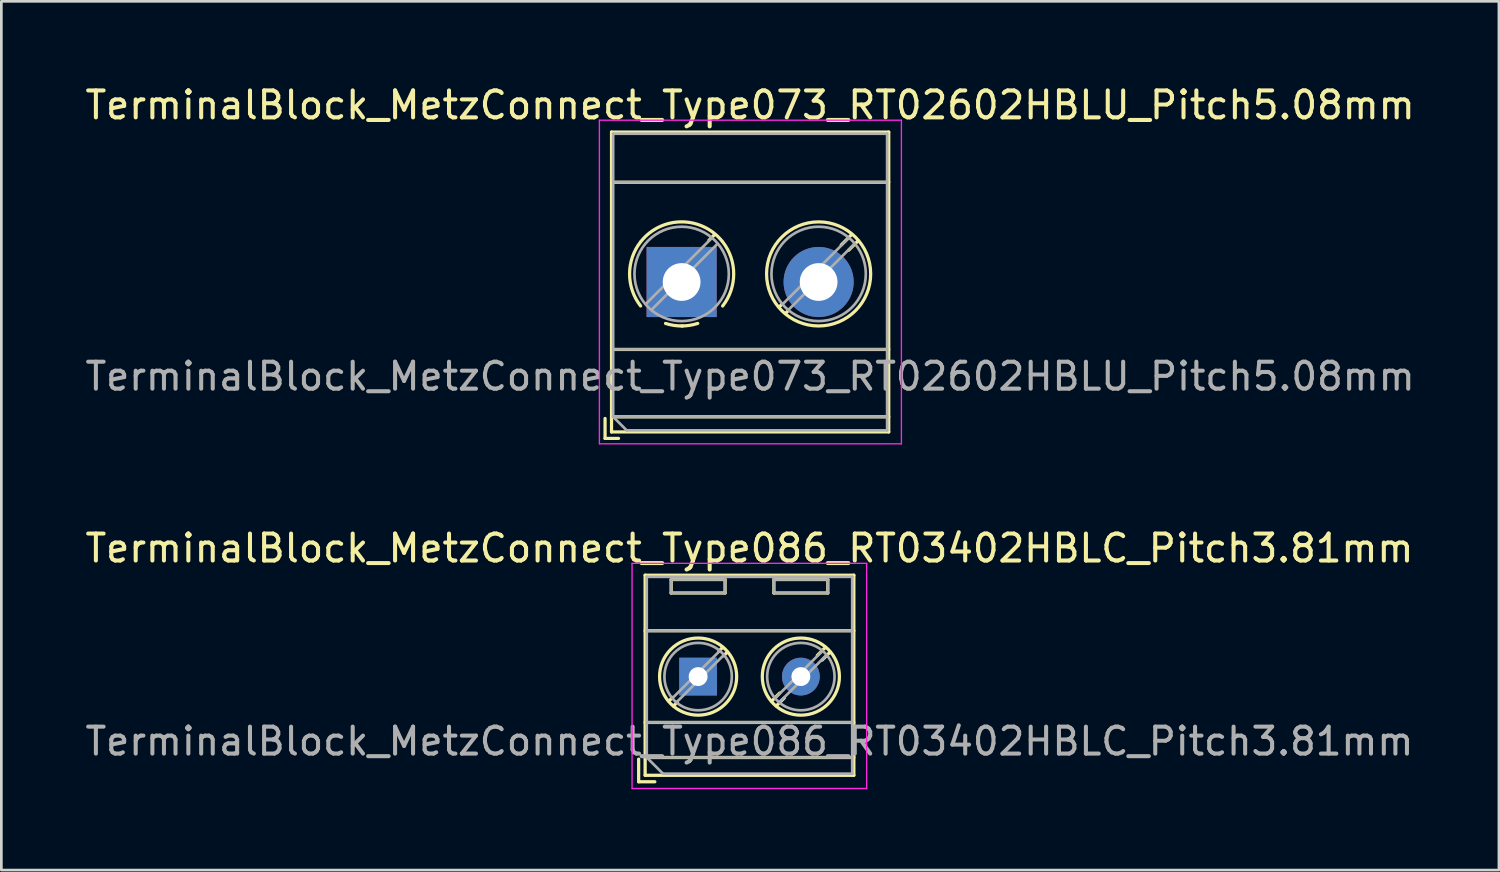
<source format=kicad_pcb>
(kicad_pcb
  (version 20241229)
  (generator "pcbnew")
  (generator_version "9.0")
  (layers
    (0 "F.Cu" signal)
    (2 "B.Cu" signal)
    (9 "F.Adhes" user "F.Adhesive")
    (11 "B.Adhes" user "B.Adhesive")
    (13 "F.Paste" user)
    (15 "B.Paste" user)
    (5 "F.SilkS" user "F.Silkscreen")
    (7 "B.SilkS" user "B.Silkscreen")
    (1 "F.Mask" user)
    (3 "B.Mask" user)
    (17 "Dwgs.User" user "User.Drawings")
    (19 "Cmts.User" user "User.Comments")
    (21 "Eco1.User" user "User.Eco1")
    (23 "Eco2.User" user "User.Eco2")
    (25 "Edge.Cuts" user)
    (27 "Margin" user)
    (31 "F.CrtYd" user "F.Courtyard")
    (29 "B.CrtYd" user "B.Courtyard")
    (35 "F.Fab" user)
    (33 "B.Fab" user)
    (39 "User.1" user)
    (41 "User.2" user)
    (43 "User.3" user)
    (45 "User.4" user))
  (footprint "TerminalBlock_MetzConnect_Type073_RT02602HBLU_Pitch5.08mm"
    (layer "F.Cu")
    (at 22.228 7.408)
    (property "Reference" "TerminalBlock_MetzConnect_Type073_RT02602HBLU_Pitch5.08mm" (at 2.54 -6.56 0) (layer "F.SilkS") (effects (font (size 1 1) (thickness 0.15))))
    (attr through_hole)
    (fp_line (start -2.84 5.06) (end -2.84 5.8) (stroke (width 0.12) (type solid)) (layer "F.SilkS"))
    (fp_line (start -2.84 5.8) (end -2.34 5.8) (stroke (width 0.12) (type solid)) (layer "F.SilkS"))
    (fp_line (start -2.6 -5.56) (end -2.6 5.56) (stroke (width 0.12) (type solid)) (layer "F.SilkS"))
    (fp_line (start -2.6 -3.7) (end 7.68 -3.7) (stroke (width 0.12) (type solid)) (layer "F.SilkS"))
    (fp_line (start -2.6 2.5) (end 7.68 2.5) (stroke (width 0.12) (type solid)) (layer "F.SilkS"))
    (fp_line (start -2.6 5) (end 7.68 5) (stroke (width 0.12) (type solid)) (layer "F.SilkS"))
    (fp_line (start -2.6 5.56) (end 7.68 5.56) (stroke (width 0.12) (type solid)) (layer "F.SilkS"))
    (fp_line (start 1.229 -1.764) (end 1.013 -1.549) (stroke (width 0.12) (type solid)) (layer "F.SilkS"))
    (fp_line (start 3.724 0.821) (end 3.617 0.928) (stroke (width 0.12) (type solid)) (layer "F.SilkS"))
    (fp_line (start 3.933 1.083) (end 3.852 1.164) (stroke (width 0.12) (type solid)) (layer "F.SilkS"))
    (fp_line (start 6.309 -1.764) (end 5.918 -1.374) (stroke (width 0.12) (type solid)) (layer "F.SilkS"))
    (fp_line (start 6.544 -1.529) (end 6.194 -1.179) (stroke (width 0.12) (type solid)) (layer "F.SilkS"))
    (fp_line (start 7.68 -5.56) (end -2.6 -5.56) (stroke (width 0.12) (type solid)) (layer "F.SilkS"))
    (fp_line (start 7.68 5.56) (end 7.68 -5.56) (stroke (width 0.12) (type solid)) (layer "F.SilkS"))
    (fp_arc (start -1.521645 0.888175) (mid -1.930586 -0.300524) (end -1.521 -1.489) (stroke (width 0.12) (type solid)) (layer "F.SilkS"))
    (fp_arc (start -1.500317 -1.514609) (mid -0.000252 -2.230344) (end 1.5 -1.515) (stroke (width 0.12) (type solid)) (layer "F.SilkS"))
    (fp_arc (start 0.033269 1.630336) (mid -0.285785 1.609354) (end -0.597 1.536) (stroke (width 0.12) (type solid)) (layer "F.SilkS"))
    (fp_arc (start 0.596403 1.535539) (mid 0.301919 1.606238) (end 0 1.63) (stroke (width 0.12) (type solid)) (layer "F.SilkS"))
    (fp_arc (start 1.521645 -1.488175) (mid 1.930586 -0.299476) (end 1.521 0.889) (stroke (width 0.12) (type solid)) (layer "F.SilkS"))
    (fp_arc (start 5.08 1.63) (mid 5.08 -2.23) (end 5.08 1.63) (stroke (width 0.12) (type solid)) (layer "F.SilkS"))
    (fp_line (start -3.05 -6) (end -3.05 6) (stroke (width 0.05) (type solid)) (layer "F.CrtYd"))
    (fp_line (start -3.05 6) (end 8.15 6) (stroke (width 0.05) (type solid)) (layer "F.CrtYd"))
    (fp_line (start 8.15 -6) (end -3.05 -6) (stroke (width 0.05) (type solid)) (layer "F.CrtYd"))
    (fp_line (start 8.15 6) (end 8.15 -6) (stroke (width 0.05) (type solid)) (layer "F.CrtYd"))
    (fp_line (start -2.54 -5.5) (end 7.62 -5.5) (stroke (width 0.1) (type solid)) (layer "F.Fab"))
    (fp_line (start -2.54 -3.7) (end 7.62 -3.7) (stroke (width 0.1) (type solid)) (layer "F.Fab"))
    (fp_line (start -2.54 2.5) (end 7.62 2.5) (stroke (width 0.1) (type solid)) (layer "F.Fab"))
    (fp_line (start -2.54 5) (end -2.54 -5.5) (stroke (width 0.1) (type solid)) (layer "F.Fab"))
    (fp_line (start -2.54 5) (end 7.62 5) (stroke (width 0.1) (type solid)) (layer "F.Fab"))
    (fp_line (start -2.04 5.5) (end -2.54 5) (stroke (width 0.1) (type solid)) (layer "F.Fab"))
    (fp_line (start 1.114 -1.628) (end -1.328 0.814) (stroke (width 0.1) (type solid)) (layer "F.Fab"))
    (fp_line (start 1.328 -1.414) (end -1.114 1.027) (stroke (width 0.1) (type solid)) (layer "F.Fab"))
    (fp_line (start 6.194 -1.628) (end 3.753 0.814) (stroke (width 0.1) (type solid)) (layer "F.Fab"))
    (fp_line (start 6.408 -1.414) (end 3.967 1.027) (stroke (width 0.1) (type solid)) (layer "F.Fab"))
    (fp_line (start 7.62 -5.5) (end 7.62 5.5) (stroke (width 0.1) (type solid)) (layer "F.Fab"))
    (fp_line (start 7.62 5.5) (end -2.04 5.5) (stroke (width 0.1) (type solid)) (layer "F.Fab"))
    (fp_circle (center 0 -0.3) (end 1.75 -0.3) (stroke (width 0.1) (type solid)) (fill no) (layer "F.Fab"))
    (fp_circle (center 5.08 -0.3) (end 6.83 -0.3) (stroke (width 0.1) (type solid)) (fill no) (layer "F.Fab"))
    (fp_text user "${REFERENCE}" (at 2.54 3.5 0) (layer "F.Fab") (effects (font (size 1 1) (thickness 0.15))))
    (pad "1" thru_hole rect (at 0 0) (size 2.6 2.6) (drill 1.4) (layers "*.Cu" "*.Mask"))
    (pad "2" thru_hole circle (at 5.08 0) (size 2.6 2.6) (drill 1.4) (layers "*.Cu" "*.Mask")))
  (footprint "TerminalBlock_MetzConnect_Type086_RT03402HBLC_Pitch3.81mm"
    (layer "F.Cu")
    (at 22.839 22.041)
    (property "Reference" "TerminalBlock_MetzConnect_Type086_RT03402HBLC_Pitch3.81mm" (at 1.905 -4.76 0) (layer "F.SilkS") (effects (font (size 1 1) (thickness 0.15))))
    (attr through_hole)
    (fp_line (start -2.205 3.06) (end -2.205 3.9) (stroke (width 0.12) (type solid)) (layer "F.SilkS"))
    (fp_line (start -2.205 3.9) (end -1.605 3.9) (stroke (width 0.12) (type solid)) (layer "F.SilkS"))
    (fp_line (start -1.965 -3.76) (end -1.965 3.66) (stroke (width 0.12) (type solid)) (layer "F.SilkS"))
    (fp_line (start -1.965 -1.7) (end 5.775 -1.7) (stroke (width 0.12) (type solid)) (layer "F.SilkS"))
    (fp_line (start -1.965 1.7) (end 5.775 1.7) (stroke (width 0.12) (type solid)) (layer "F.SilkS"))
    (fp_line (start -1.965 3) (end 5.775 3) (stroke (width 0.12) (type solid)) (layer "F.SilkS"))
    (fp_line (start -1.965 3.66) (end 5.775 3.66) (stroke (width 0.12) (type solid)) (layer "F.SilkS"))
    (fp_line (start -1 -3.6) (end -1 -3.1) (stroke (width 0.12) (type solid)) (layer "F.SilkS"))
    (fp_line (start -1 -3.6) (end 1 -3.6) (stroke (width 0.12) (type solid)) (layer "F.SilkS"))
    (fp_line (start -1 -3.1) (end 1 -3.1) (stroke (width 0.12) (type solid)) (layer "F.SilkS"))
    (fp_line (start -0.946 0.771) (end -1.085 0.91) (stroke (width 0.12) (type solid)) (layer "F.SilkS"))
    (fp_line (start -0.771 0.945) (end -0.911 1.085) (stroke (width 0.12) (type solid)) (layer "F.SilkS"))
    (fp_line (start 0.911 -1.085) (end 0.771 -0.945) (stroke (width 0.12) (type solid)) (layer "F.SilkS"))
    (fp_line (start 1 -3.6) (end 1 -3.1) (stroke (width 0.12) (type solid)) (layer "F.SilkS"))
    (fp_line (start 1.085 -0.91) (end 0.945 -0.771) (stroke (width 0.12) (type solid)) (layer "F.SilkS"))
    (fp_line (start 2.81 -3.6) (end 2.81 -3.1) (stroke (width 0.12) (type solid)) (layer "F.SilkS"))
    (fp_line (start 2.81 -3.6) (end 4.81 -3.6) (stroke (width 0.12) (type solid)) (layer "F.SilkS"))
    (fp_line (start 2.81 -3.1) (end 4.81 -3.1) (stroke (width 0.12) (type solid)) (layer "F.SilkS"))
    (fp_line (start 3.025 0.611) (end 2.726 0.91) (stroke (width 0.12) (type solid)) (layer "F.SilkS"))
    (fp_line (start 3.2 0.786) (end 2.9 1.085) (stroke (width 0.12) (type solid)) (layer "F.SilkS"))
    (fp_line (start 4.721 -1.085) (end 4.421 -0.786) (stroke (width 0.12) (type solid)) (layer "F.SilkS"))
    (fp_line (start 4.81 -3.6) (end 4.81 -3.1) (stroke (width 0.12) (type solid)) (layer "F.SilkS"))
    (fp_line (start 4.895 -0.91) (end 4.596 -0.611) (stroke (width 0.12) (type solid)) (layer "F.SilkS"))
    (fp_line (start 5.775 -3.76) (end -1.965 -3.76) (stroke (width 0.12) (type solid)) (layer "F.SilkS"))
    (fp_line (start 5.775 3.66) (end 5.775 -3.76) (stroke (width 0.12) (type solid)) (layer "F.SilkS"))
    (fp_circle (center 0 0) (end 1.43 0) (stroke (width 0.12) (type solid)) (fill no) (layer "F.SilkS"))
    (fp_circle (center 3.81 0) (end 5.24 0) (stroke (width 0.12) (type solid)) (fill no) (layer "F.SilkS"))
    (fp_line (start -2.45 -4.2) (end -2.45 4.15) (stroke (width 0.05) (type solid)) (layer "F.CrtYd"))
    (fp_line (start -2.45 4.15) (end 6.25 4.15) (stroke (width 0.05) (type solid)) (layer "F.CrtYd"))
    (fp_line (start 6.25 -4.2) (end -2.45 -4.2) (stroke (width 0.05) (type solid)) (layer "F.CrtYd"))
    (fp_line (start 6.25 4.15) (end 6.25 -4.2) (stroke (width 0.05) (type solid)) (layer "F.CrtYd"))
    (fp_line (start -1.905 -3.7) (end 5.715 -3.7) (stroke (width 0.1) (type solid)) (layer "F.Fab"))
    (fp_line (start -1.905 -1.7) (end 5.715 -1.7) (stroke (width 0.1) (type solid)) (layer "F.Fab"))
    (fp_line (start -1.905 1.7) (end 5.715 1.7) (stroke (width 0.1) (type solid)) (layer "F.Fab"))
    (fp_line (start -1.905 3) (end -1.905 -3.7) (stroke (width 0.1) (type solid)) (layer "F.Fab"))
    (fp_line (start -1.905 3) (end 5.715 3) (stroke (width 0.1) (type solid)) (layer "F.Fab"))
    (fp_line (start -1.305 3.6) (end -1.905 3) (stroke (width 0.1) (type solid)) (layer "F.Fab"))
    (fp_line (start -1 -3.6) (end -1 -3.1) (stroke (width 0.1) (type solid)) (layer "F.Fab"))
    (fp_line (start -1 -3.1) (end 1 -3.1) (stroke (width 0.1) (type solid)) (layer "F.Fab"))
    (fp_line (start 0.796 -0.948) (end -0.949 0.796) (stroke (width 0.1) (type solid)) (layer "F.Fab"))
    (fp_line (start 0.949 -0.796) (end -0.796 0.948) (stroke (width 0.1) (type solid)) (layer "F.Fab"))
    (fp_line (start 1 -3.6) (end -1 -3.6) (stroke (width 0.1) (type solid)) (layer "F.Fab"))
    (fp_line (start 1 -3.1) (end 1 -3.6) (stroke (width 0.1) (type solid)) (layer "F.Fab"))
    (fp_line (start 2.81 -3.6) (end 2.81 -3.1) (stroke (width 0.1) (type solid)) (layer "F.Fab"))
    (fp_line (start 2.81 -3.1) (end 4.81 -3.1) (stroke (width 0.1) (type solid)) (layer "F.Fab"))
    (fp_line (start 4.606 -0.948) (end 2.862 0.796) (stroke (width 0.1) (type solid)) (layer "F.Fab"))
    (fp_line (start 4.759 -0.796) (end 3.015 0.948) (stroke (width 0.1) (type solid)) (layer "F.Fab"))
    (fp_line (start 4.81 -3.6) (end 2.81 -3.6) (stroke (width 0.1) (type solid)) (layer "F.Fab"))
    (fp_line (start 4.81 -3.1) (end 4.81 -3.6) (stroke (width 0.1) (type solid)) (layer "F.Fab"))
    (fp_line (start 5.715 -3.7) (end 5.715 3.6) (stroke (width 0.1) (type solid)) (layer "F.Fab"))
    (fp_line (start 5.715 3.6) (end -1.305 3.6) (stroke (width 0.1) (type solid)) (layer "F.Fab"))
    (fp_circle (center 0 0) (end 1.25 0) (stroke (width 0.1) (type solid)) (fill no) (layer "F.Fab"))
    (fp_circle (center 3.81 0) (end 5.06 0) (stroke (width 0.1) (type solid)) (fill no) (layer "F.Fab"))
    (fp_text user "${REFERENCE}" (at 1.905 2.4 0) (layer "F.Fab") (effects (font (size 1 1) (thickness 0.15))))
    (pad "1" thru_hole rect (at 0 0) (size 1.4 1.4) (drill 0.7) (layers "*.Cu" "*.Mask"))
    (pad "2" thru_hole circle (at 3.81 0) (size 1.4 1.4) (drill 0.7) (layers "*.Cu" "*.Mask")))
  (gr_rect
    (start -3 -3)
    (end 52.536 29.216)
    (stroke (width 0.1) (type default))
    (fill no)
    (layer "Edge.Cuts")))
</source>
